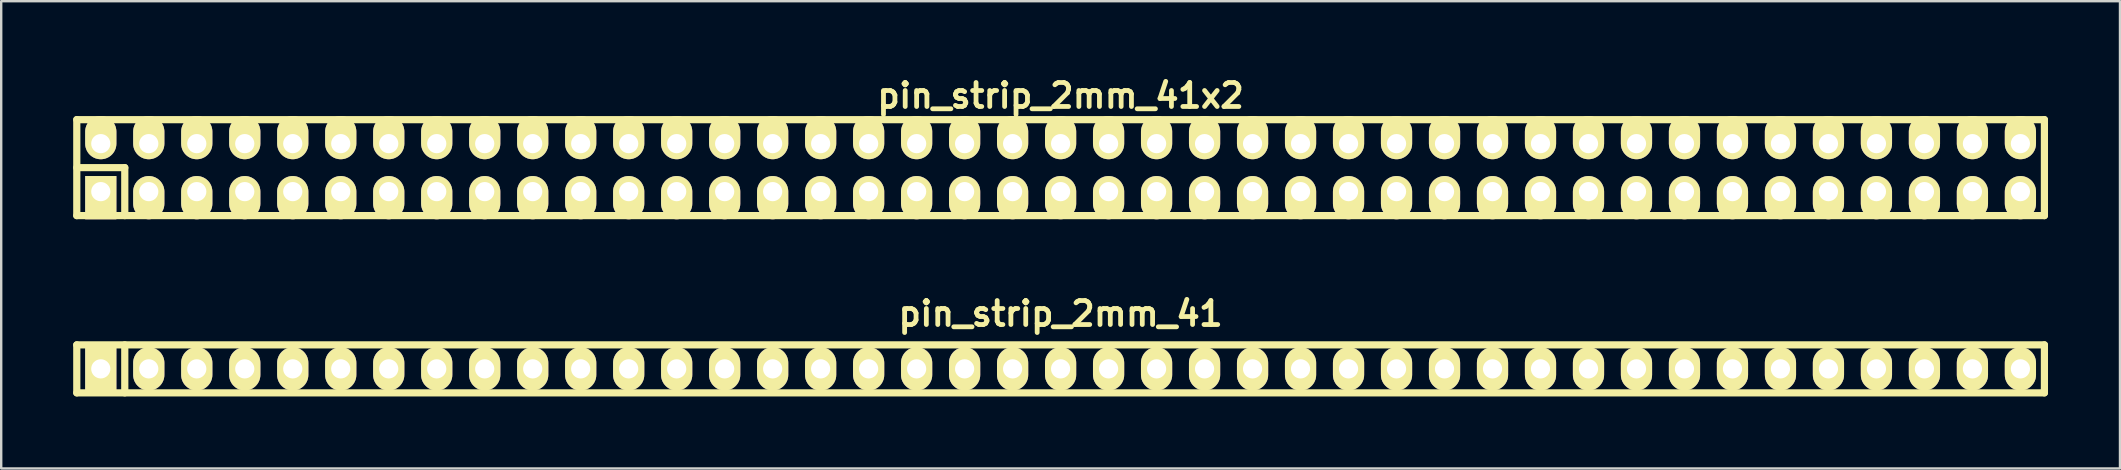
<source format=kicad_pcb>
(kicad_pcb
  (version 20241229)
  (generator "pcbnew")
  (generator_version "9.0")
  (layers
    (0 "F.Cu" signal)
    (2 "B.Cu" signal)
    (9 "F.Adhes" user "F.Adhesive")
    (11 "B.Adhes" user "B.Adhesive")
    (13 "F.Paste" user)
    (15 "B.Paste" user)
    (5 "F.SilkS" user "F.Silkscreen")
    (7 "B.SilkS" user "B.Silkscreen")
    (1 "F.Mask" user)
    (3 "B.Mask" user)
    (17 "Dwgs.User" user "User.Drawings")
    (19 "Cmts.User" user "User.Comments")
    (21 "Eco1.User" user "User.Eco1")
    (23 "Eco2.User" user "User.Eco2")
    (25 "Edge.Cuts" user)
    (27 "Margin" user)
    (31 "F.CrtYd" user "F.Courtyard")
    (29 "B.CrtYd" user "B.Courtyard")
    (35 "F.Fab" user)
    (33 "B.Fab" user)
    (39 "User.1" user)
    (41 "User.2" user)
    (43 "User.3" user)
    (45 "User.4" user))
  (footprint "pin_strip_2mm_41"
    (layer "F.Cu")
    (at 41.15 12.322)
    (property "Reference" "pin_strip_2mm_41" (at 0 -2.3 0) (layer "F.SilkS") (effects (font (size 1 1) (thickness 0.2))))
    (attr through_hole)
    (fp_line (start -41 -1) (end 41 -1) (stroke (width 0.3) (type solid)) (layer "F.SilkS"))
    (fp_line (start -41 1) (end -41 -1) (stroke (width 0.3) (type solid)) (layer "F.SilkS"))
    (fp_line (start -39 -1) (end -39 1) (stroke (width 0.3) (type solid)) (layer "F.SilkS"))
    (fp_line (start 41 -1) (end 41 1) (stroke (width 0.3) (type solid)) (layer "F.SilkS"))
    (fp_line (start 41 1) (end -41 1) (stroke (width 0.3) (type solid)) (layer "F.SilkS"))
    (pad "1" thru_hole rect (at -40 0) (size 1.3 1.8) (drill 0.8) (layers "*.Cu" "*.Mask" "F.SilkS"))
    (pad "2" thru_hole oval (at -38 0) (size 1.3 1.8) (drill 0.8) (layers "*.Cu" "*.Mask" "F.SilkS"))
    (pad "3" thru_hole oval (at -36 0) (size 1.3 1.8) (drill 0.8) (layers "*.Cu" "*.Mask" "F.SilkS"))
    (pad "4" thru_hole oval (at -34 0) (size 1.3 1.8) (drill 0.8) (layers "*.Cu" "*.Mask" "F.SilkS"))
    (pad "5" thru_hole oval (at -32 0) (size 1.3 1.8) (drill 0.8) (layers "*.Cu" "*.Mask" "F.SilkS"))
    (pad "6" thru_hole oval (at -30 0) (size 1.3 1.8) (drill 0.8) (layers "*.Cu" "*.Mask" "F.SilkS"))
    (pad "7" thru_hole oval (at -28 0) (size 1.3 1.8) (drill 0.8) (layers "*.Cu" "*.Mask" "F.SilkS"))
    (pad "8" thru_hole oval (at -26 0) (size 1.3 1.8) (drill 0.8) (layers "*.Cu" "*.Mask" "F.SilkS"))
    (pad "9" thru_hole oval (at -24 0) (size 1.3 1.8) (drill 0.8) (layers "*.Cu" "*.Mask" "F.SilkS"))
    (pad "10" thru_hole oval (at -22 0) (size 1.3 1.8) (drill 0.8) (layers "*.Cu" "*.Mask" "F.SilkS"))
    (pad "11" thru_hole oval (at -20 0) (size 1.3 1.8) (drill 0.8) (layers "*.Cu" "*.Mask" "F.SilkS"))
    (pad "12" thru_hole oval (at -18 0) (size 1.3 1.8) (drill 0.8) (layers "*.Cu" "*.Mask" "F.SilkS"))
    (pad "13" thru_hole oval (at -16 0) (size 1.3 1.8) (drill 0.8) (layers "*.Cu" "*.Mask" "F.SilkS"))
    (pad "14" thru_hole oval (at -14 0) (size 1.3 1.8) (drill 0.8) (layers "*.Cu" "*.Mask" "F.SilkS"))
    (pad "15" thru_hole oval (at -12 0) (size 1.3 1.8) (drill 0.8) (layers "*.Cu" "*.Mask" "F.SilkS"))
    (pad "16" thru_hole oval (at -10 0) (size 1.3 1.8) (drill 0.8) (layers "*.Cu" "*.Mask" "F.SilkS"))
    (pad "17" thru_hole oval (at -8 0) (size 1.3 1.8) (drill 0.8) (layers "*.Cu" "*.Mask" "F.SilkS"))
    (pad "18" thru_hole oval (at -6 0) (size 1.3 1.8) (drill 0.8) (layers "*.Cu" "*.Mask" "F.SilkS"))
    (pad "19" thru_hole oval (at -4 0) (size 1.3 1.8) (drill 0.8) (layers "*.Cu" "*.Mask" "F.SilkS"))
    (pad "20" thru_hole oval (at -2 0) (size 1.3 1.8) (drill 0.8) (layers "*.Cu" "*.Mask" "F.SilkS"))
    (pad "21" thru_hole oval (at 0 0) (size 1.3 1.8) (drill 0.8) (layers "*.Cu" "*.Mask" "F.SilkS"))
    (pad "22" thru_hole oval (at 2 0) (size 1.3 1.8) (drill 0.8) (layers "*.Cu" "*.Mask" "F.SilkS"))
    (pad "23" thru_hole oval (at 4 0) (size 1.3 1.8) (drill 0.8) (layers "*.Cu" "*.Mask" "F.SilkS"))
    (pad "24" thru_hole oval (at 6 0) (size 1.3 1.8) (drill 0.8) (layers "*.Cu" "*.Mask" "F.SilkS"))
    (pad "25" thru_hole oval (at 8 0) (size 1.3 1.8) (drill 0.8) (layers "*.Cu" "*.Mask" "F.SilkS"))
    (pad "26" thru_hole oval (at 10 0) (size 1.3 1.8) (drill 0.8) (layers "*.Cu" "*.Mask" "F.SilkS"))
    (pad "27" thru_hole oval (at 12 0) (size 1.3 1.8) (drill 0.8) (layers "*.Cu" "*.Mask" "F.SilkS"))
    (pad "28" thru_hole oval (at 14 0) (size 1.3 1.8) (drill 0.8) (layers "*.Cu" "*.Mask" "F.SilkS"))
    (pad "29" thru_hole oval (at 16 0) (size 1.3 1.8) (drill 0.8) (layers "*.Cu" "*.Mask" "F.SilkS"))
    (pad "30" thru_hole oval (at 18 0) (size 1.3 1.8) (drill 0.8) (layers "*.Cu" "*.Mask" "F.SilkS"))
    (pad "31" thru_hole oval (at 20 0) (size 1.3 1.8) (drill 0.8) (layers "*.Cu" "*.Mask" "F.SilkS"))
    (pad "32" thru_hole oval (at 22 0) (size 1.3 1.8) (drill 0.8) (layers "*.Cu" "*.Mask" "F.SilkS"))
    (pad "33" thru_hole oval (at 24 0) (size 1.3 1.8) (drill 0.8) (layers "*.Cu" "*.Mask" "F.SilkS"))
    (pad "34" thru_hole oval (at 26 0) (size 1.3 1.8) (drill 0.8) (layers "*.Cu" "*.Mask" "F.SilkS"))
    (pad "35" thru_hole oval (at 28 0) (size 1.3 1.8) (drill 0.8) (layers "*.Cu" "*.Mask" "F.SilkS"))
    (pad "36" thru_hole oval (at 30 0) (size 1.3 1.8) (drill 0.8) (layers "*.Cu" "*.Mask" "F.SilkS"))
    (pad "37" thru_hole oval (at 32 0) (size 1.3 1.8) (drill 0.8) (layers "*.Cu" "*.Mask" "F.SilkS"))
    (pad "38" thru_hole oval (at 34 0) (size 1.3 1.8) (drill 0.8) (layers "*.Cu" "*.Mask" "F.SilkS"))
    (pad "39" thru_hole oval (at 36 0) (size 1.3 1.8) (drill 0.8) (layers "*.Cu" "*.Mask" "F.SilkS"))
    (pad "40" thru_hole oval (at 38 0) (size 1.3 1.8) (drill 0.8) (layers "*.Cu" "*.Mask" "F.SilkS"))
    (pad "41" thru_hole oval (at 40 0) (size 1.3 1.8) (drill 0.8) (layers "*.Cu" "*.Mask" "F.SilkS")))
  (footprint "pin_strip_2mm_41x2"
    (layer "F.Cu")
    (at 41.15 3.936)
    (property "Reference" "pin_strip_2mm_41x2" (at 0 -3 0) (layer "F.SilkS") (effects (font (size 1 1) (thickness 0.2))))
    (attr through_hole)
    (fp_line (start -41 -2) (end 41 -2) (stroke (width 0.3) (type solid)) (layer "F.SilkS"))
    (fp_line (start -41 0) (end -39 0) (stroke (width 0.3) (type solid)) (layer "F.SilkS"))
    (fp_line (start -41 2) (end -41 -2) (stroke (width 0.3) (type solid)) (layer "F.SilkS"))
    (fp_line (start -39 0) (end -39 2) (stroke (width 0.3) (type solid)) (layer "F.SilkS"))
    (fp_line (start 41 -2) (end 41 2) (stroke (width 0.3) (type solid)) (layer "F.SilkS"))
    (fp_line (start 41 2) (end -41 2) (stroke (width 0.3) (type solid)) (layer "F.SilkS"))
    (pad "1" thru_hole rect (at -40 1) (size 1.3 1.8) (drill 0.8 (offset 0 0.25)) (layers "*.Cu" "*.Mask" "F.SilkS"))
    (pad "2" thru_hole oval (at -40 -1) (size 1.3 1.8) (drill 0.8 (offset 0 -0.25)) (layers "*.Cu" "*.Mask" "F.SilkS"))
    (pad "3" thru_hole oval (at -38 1) (size 1.3 1.8) (drill 0.8 (offset 0 0.25)) (layers "*.Cu" "*.Mask" "F.SilkS"))
    (pad "4" thru_hole oval (at -38 -1) (size 1.3 1.8) (drill 0.8 (offset 0 -0.25)) (layers "*.Cu" "*.Mask" "F.SilkS"))
    (pad "5" thru_hole oval (at -36 1) (size 1.3 1.8) (drill 0.8 (offset 0 0.25)) (layers "*.Cu" "*.Mask" "F.SilkS"))
    (pad "6" thru_hole oval (at -36 -1) (size 1.3 1.8) (drill 0.8 (offset 0 -0.25)) (layers "*.Cu" "*.Mask" "F.SilkS"))
    (pad "7" thru_hole oval (at -34 1) (size 1.3 1.8) (drill 0.8 (offset 0 0.25)) (layers "*.Cu" "*.Mask" "F.SilkS"))
    (pad "8" thru_hole oval (at -34 -1) (size 1.3 1.8) (drill 0.8 (offset 0 -0.25)) (layers "*.Cu" "*.Mask" "F.SilkS"))
    (pad "9" thru_hole oval (at -32 1) (size 1.3 1.8) (drill 0.8 (offset 0 0.25)) (layers "*.Cu" "*.Mask" "F.SilkS"))
    (pad "10" thru_hole oval (at -32 -1) (size 1.3 1.8) (drill 0.8 (offset 0 -0.25)) (layers "*.Cu" "*.Mask" "F.SilkS"))
    (pad "11" thru_hole oval (at -30 1) (size 1.3 1.8) (drill 0.8 (offset 0 0.25)) (layers "*.Cu" "*.Mask" "F.SilkS"))
    (pad "12" thru_hole oval (at -30 -1) (size 1.3 1.8) (drill 0.8 (offset 0 -0.25)) (layers "*.Cu" "*.Mask" "F.SilkS"))
    (pad "13" thru_hole oval (at -28 1) (size 1.3 1.8) (drill 0.8 (offset 0 0.25)) (layers "*.Cu" "*.Mask" "F.SilkS"))
    (pad "14" thru_hole oval (at -28 -1) (size 1.3 1.8) (drill 0.8 (offset 0 -0.25)) (layers "*.Cu" "*.Mask" "F.SilkS"))
    (pad "15" thru_hole oval (at -26 1) (size 1.3 1.8) (drill 0.8 (offset 0 0.25)) (layers "*.Cu" "*.Mask" "F.SilkS"))
    (pad "16" thru_hole oval (at -26 -1) (size 1.3 1.8) (drill 0.8 (offset 0 -0.25)) (layers "*.Cu" "*.Mask" "F.SilkS"))
    (pad "17" thru_hole oval (at -24 1) (size 1.3 1.8) (drill 0.8 (offset 0 0.25)) (layers "*.Cu" "*.Mask" "F.SilkS"))
    (pad "18" thru_hole oval (at -24 -1) (size 1.3 1.8) (drill 0.8 (offset 0 -0.25)) (layers "*.Cu" "*.Mask" "F.SilkS"))
    (pad "19" thru_hole oval (at -22 1) (size 1.3 1.8) (drill 0.8 (offset 0 0.25)) (layers "*.Cu" "*.Mask" "F.SilkS"))
    (pad "20" thru_hole oval (at -22 -1) (size 1.3 1.8) (drill 0.8 (offset 0 -0.25)) (layers "*.Cu" "*.Mask" "F.SilkS"))
    (pad "21" thru_hole oval (at -20 1) (size 1.3 1.8) (drill 0.8 (offset 0 0.25)) (layers "*.Cu" "*.Mask" "F.SilkS"))
    (pad "22" thru_hole oval (at -20 -1) (size 1.3 1.8) (drill 0.8 (offset 0 -0.25)) (layers "*.Cu" "*.Mask" "F.SilkS"))
    (pad "23" thru_hole oval (at -18 1) (size 1.3 1.8) (drill 0.8 (offset 0 0.25)) (layers "*.Cu" "*.Mask" "F.SilkS"))
    (pad "24" thru_hole oval (at -18 -1) (size 1.3 1.8) (drill 0.8 (offset 0 -0.25)) (layers "*.Cu" "*.Mask" "F.SilkS"))
    (pad "25" thru_hole oval (at -16 1) (size 1.3 1.8) (drill 0.8 (offset 0 0.25)) (layers "*.Cu" "*.Mask" "F.SilkS"))
    (pad "26" thru_hole oval (at -16 -1) (size 1.3 1.8) (drill 0.8 (offset 0 -0.25)) (layers "*.Cu" "*.Mask" "F.SilkS"))
    (pad "27" thru_hole oval (at -14 1) (size 1.3 1.8) (drill 0.8 (offset 0 0.25)) (layers "*.Cu" "*.Mask" "F.SilkS"))
    (pad "28" thru_hole oval (at -14 -1) (size 1.3 1.8) (drill 0.8 (offset 0 -0.25)) (layers "*.Cu" "*.Mask" "F.SilkS"))
    (pad "29" thru_hole oval (at -12 1) (size 1.3 1.8) (drill 0.8 (offset 0 0.25)) (layers "*.Cu" "*.Mask" "F.SilkS"))
    (pad "30" thru_hole oval (at -12 -1) (size 1.3 1.8) (drill 0.8 (offset 0 -0.25)) (layers "*.Cu" "*.Mask" "F.SilkS"))
    (pad "31" thru_hole oval (at -10 1) (size 1.3 1.8) (drill 0.8 (offset 0 0.25)) (layers "*.Cu" "*.Mask" "F.SilkS"))
    (pad "32" thru_hole oval (at -10 -1) (size 1.3 1.8) (drill 0.8 (offset 0 -0.25)) (layers "*.Cu" "*.Mask" "F.SilkS"))
    (pad "33" thru_hole oval (at -8 1) (size 1.3 1.8) (drill 0.8 (offset 0 0.25)) (layers "*.Cu" "*.Mask" "F.SilkS"))
    (pad "34" thru_hole oval (at -8 -1) (size 1.3 1.8) (drill 0.8 (offset 0 -0.25)) (layers "*.Cu" "*.Mask" "F.SilkS"))
    (pad "35" thru_hole oval (at -6 1) (size 1.3 1.8) (drill 0.8 (offset 0 0.25)) (layers "*.Cu" "*.Mask" "F.SilkS"))
    (pad "36" thru_hole oval (at -6 -1) (size 1.3 1.8) (drill 0.8 (offset 0 -0.25)) (layers "*.Cu" "*.Mask" "F.SilkS"))
    (pad "37" thru_hole oval (at -4 1) (size 1.3 1.8) (drill 0.8 (offset 0 0.25)) (layers "*.Cu" "*.Mask" "F.SilkS"))
    (pad "38" thru_hole oval (at -4 -1) (size 1.3 1.8) (drill 0.8 (offset 0 -0.25)) (layers "*.Cu" "*.Mask" "F.SilkS"))
    (pad "39" thru_hole oval (at -2 1) (size 1.3 1.8) (drill 0.8 (offset 0 0.25)) (layers "*.Cu" "*.Mask" "F.SilkS"))
    (pad "40" thru_hole oval (at -2 -1) (size 1.3 1.8) (drill 0.8 (offset 0 -0.25)) (layers "*.Cu" "*.Mask" "F.SilkS"))
    (pad "41" thru_hole oval (at 0 1) (size 1.3 1.8) (drill 0.8 (offset 0 0.25)) (layers "*.Cu" "*.Mask" "F.SilkS"))
    (pad "42" thru_hole oval (at 0 -1) (size 1.3 1.8) (drill 0.8 (offset 0 -0.25)) (layers "*.Cu" "*.Mask" "F.SilkS"))
    (pad "43" thru_hole oval (at 2 1) (size 1.3 1.8) (drill 0.8 (offset 0 0.25)) (layers "*.Cu" "*.Mask" "F.SilkS"))
    (pad "44" thru_hole oval (at 2 -1) (size 1.3 1.8) (drill 0.8 (offset 0 -0.25)) (layers "*.Cu" "*.Mask" "F.SilkS"))
    (pad "45" thru_hole oval (at 4 1) (size 1.3 1.8) (drill 0.8 (offset 0 0.25)) (layers "*.Cu" "*.Mask" "F.SilkS"))
    (pad "46" thru_hole oval (at 4 -1) (size 1.3 1.8) (drill 0.8 (offset 0 -0.25)) (layers "*.Cu" "*.Mask" "F.SilkS"))
    (pad "47" thru_hole oval (at 6 1) (size 1.3 1.8) (drill 0.8 (offset 0 0.25)) (layers "*.Cu" "*.Mask" "F.SilkS"))
    (pad "48" thru_hole oval (at 6 -1) (size 1.3 1.8) (drill 0.8 (offset 0 -0.25)) (layers "*.Cu" "*.Mask" "F.SilkS"))
    (pad "49" thru_hole oval (at 8 1) (size 1.3 1.8) (drill 0.8 (offset 0 0.25)) (layers "*.Cu" "*.Mask" "F.SilkS"))
    (pad "50" thru_hole oval (at 8 -1) (size 1.3 1.8) (drill 0.8 (offset 0 -0.25)) (layers "*.Cu" "*.Mask" "F.SilkS"))
    (pad "51" thru_hole oval (at 10 1) (size 1.3 1.8) (drill 0.8 (offset 0 0.25)) (layers "*.Cu" "*.Mask" "F.SilkS"))
    (pad "52" thru_hole oval (at 10 -1) (size 1.3 1.8) (drill 0.8 (offset 0 -0.25)) (layers "*.Cu" "*.Mask" "F.SilkS"))
    (pad "53" thru_hole oval (at 12 1) (size 1.3 1.8) (drill 0.8 (offset 0 0.25)) (layers "*.Cu" "*.Mask" "F.SilkS"))
    (pad "54" thru_hole oval (at 12 -1) (size 1.3 1.8) (drill 0.8 (offset 0 -0.25)) (layers "*.Cu" "*.Mask" "F.SilkS"))
    (pad "55" thru_hole oval (at 14 1) (size 1.3 1.8) (drill 0.8 (offset 0 0.25)) (layers "*.Cu" "*.Mask" "F.SilkS"))
    (pad "56" thru_hole oval (at 14 -1) (size 1.3 1.8) (drill 0.8 (offset 0 -0.25)) (layers "*.Cu" "*.Mask" "F.SilkS"))
    (pad "57" thru_hole oval (at 16 1) (size 1.3 1.8) (drill 0.8 (offset 0 0.25)) (layers "*.Cu" "*.Mask" "F.SilkS"))
    (pad "58" thru_hole oval (at 16 -1) (size 1.3 1.8) (drill 0.8 (offset 0 -0.25)) (layers "*.Cu" "*.Mask" "F.SilkS"))
    (pad "59" thru_hole oval (at 18 1) (size 1.3 1.8) (drill 0.8 (offset 0 0.25)) (layers "*.Cu" "*.Mask" "F.SilkS"))
    (pad "60" thru_hole oval (at 18 -1) (size 1.3 1.8) (drill 0.8 (offset 0 -0.25)) (layers "*.Cu" "*.Mask" "F.SilkS"))
    (pad "61" thru_hole oval (at 20 1) (size 1.3 1.8) (drill 0.8 (offset 0 0.25)) (layers "*.Cu" "*.Mask" "F.SilkS"))
    (pad "62" thru_hole oval (at 20 -1) (size 1.3 1.8) (drill 0.8 (offset 0 -0.25)) (layers "*.Cu" "*.Mask" "F.SilkS"))
    (pad "63" thru_hole oval (at 22 1) (size 1.3 1.8) (drill 0.8 (offset 0 0.25)) (layers "*.Cu" "*.Mask" "F.SilkS"))
    (pad "64" thru_hole oval (at 22 -1) (size 1.3 1.8) (drill 0.8 (offset 0 -0.25)) (layers "*.Cu" "*.Mask" "F.SilkS"))
    (pad "65" thru_hole oval (at 24 1) (size 1.3 1.8) (drill 0.8 (offset 0 0.25)) (layers "*.Cu" "*.Mask" "F.SilkS"))
    (pad "66" thru_hole oval (at 24 -1) (size 1.3 1.8) (drill 0.8 (offset 0 -0.25)) (layers "*.Cu" "*.Mask" "F.SilkS"))
    (pad "67" thru_hole oval (at 26 1) (size 1.3 1.8) (drill 0.8 (offset 0 0.25)) (layers "*.Cu" "*.Mask" "F.SilkS"))
    (pad "68" thru_hole oval (at 26 -1) (size 1.3 1.8) (drill 0.8 (offset 0 -0.25)) (layers "*.Cu" "*.Mask" "F.SilkS"))
    (pad "69" thru_hole oval (at 28 1) (size 1.3 1.8) (drill 0.8 (offset 0 0.25)) (layers "*.Cu" "*.Mask" "F.SilkS"))
    (pad "70" thru_hole oval (at 28 -1) (size 1.3 1.8) (drill 0.8 (offset 0 -0.25)) (layers "*.Cu" "*.Mask" "F.SilkS"))
    (pad "71" thru_hole oval (at 30 1) (size 1.3 1.8) (drill 0.8 (offset 0 0.25)) (layers "*.Cu" "*.Mask" "F.SilkS"))
    (pad "72" thru_hole oval (at 30 -1) (size 1.3 1.8) (drill 0.8 (offset 0 -0.25)) (layers "*.Cu" "*.Mask" "F.SilkS"))
    (pad "73" thru_hole oval (at 32 1) (size 1.3 1.8) (drill 0.8 (offset 0 0.25)) (layers "*.Cu" "*.Mask" "F.SilkS"))
    (pad "74" thru_hole oval (at 32 -1) (size 1.3 1.8) (drill 0.8 (offset 0 -0.25)) (layers "*.Cu" "*.Mask" "F.SilkS"))
    (pad "75" thru_hole oval (at 34 1) (size 1.3 1.8) (drill 0.8 (offset 0 0.25)) (layers "*.Cu" "*.Mask" "F.SilkS"))
    (pad "76" thru_hole oval (at 34 -1) (size 1.3 1.8) (drill 0.8 (offset 0 -0.25)) (layers "*.Cu" "*.Mask" "F.SilkS"))
    (pad "77" thru_hole oval (at 36 1) (size 1.3 1.8) (drill 0.8 (offset 0 0.25)) (layers "*.Cu" "*.Mask" "F.SilkS"))
    (pad "78" thru_hole oval (at 36 -1) (size 1.3 1.8) (drill 0.8 (offset 0 -0.25)) (layers "*.Cu" "*.Mask" "F.SilkS"))
    (pad "79" thru_hole oval (at 38 1) (size 1.3 1.8) (drill 0.8 (offset 0 0.25)) (layers "*.Cu" "*.Mask" "F.SilkS"))
    (pad "80" thru_hole oval (at 38 -1) (size 1.3 1.8) (drill 0.8 (offset 0 -0.25)) (layers "*.Cu" "*.Mask" "F.SilkS"))
    (pad "81" thru_hole oval (at 40 1) (size 1.3 1.8) (drill 0.8 (offset 0 0.25)) (layers "*.Cu" "*.Mask" "F.SilkS"))
    (pad "82" thru_hole oval (at 40 -1) (size 1.3 1.8) (drill 0.8 (offset 0 -0.25)) (layers "*.Cu" "*.Mask" "F.SilkS")))
  (gr_rect
    (start -3 -3)
    (end 85.3 16.472)
    (stroke (width 0.1) (type default))
    (fill no)
    (layer "Edge.Cuts")))
</source>
